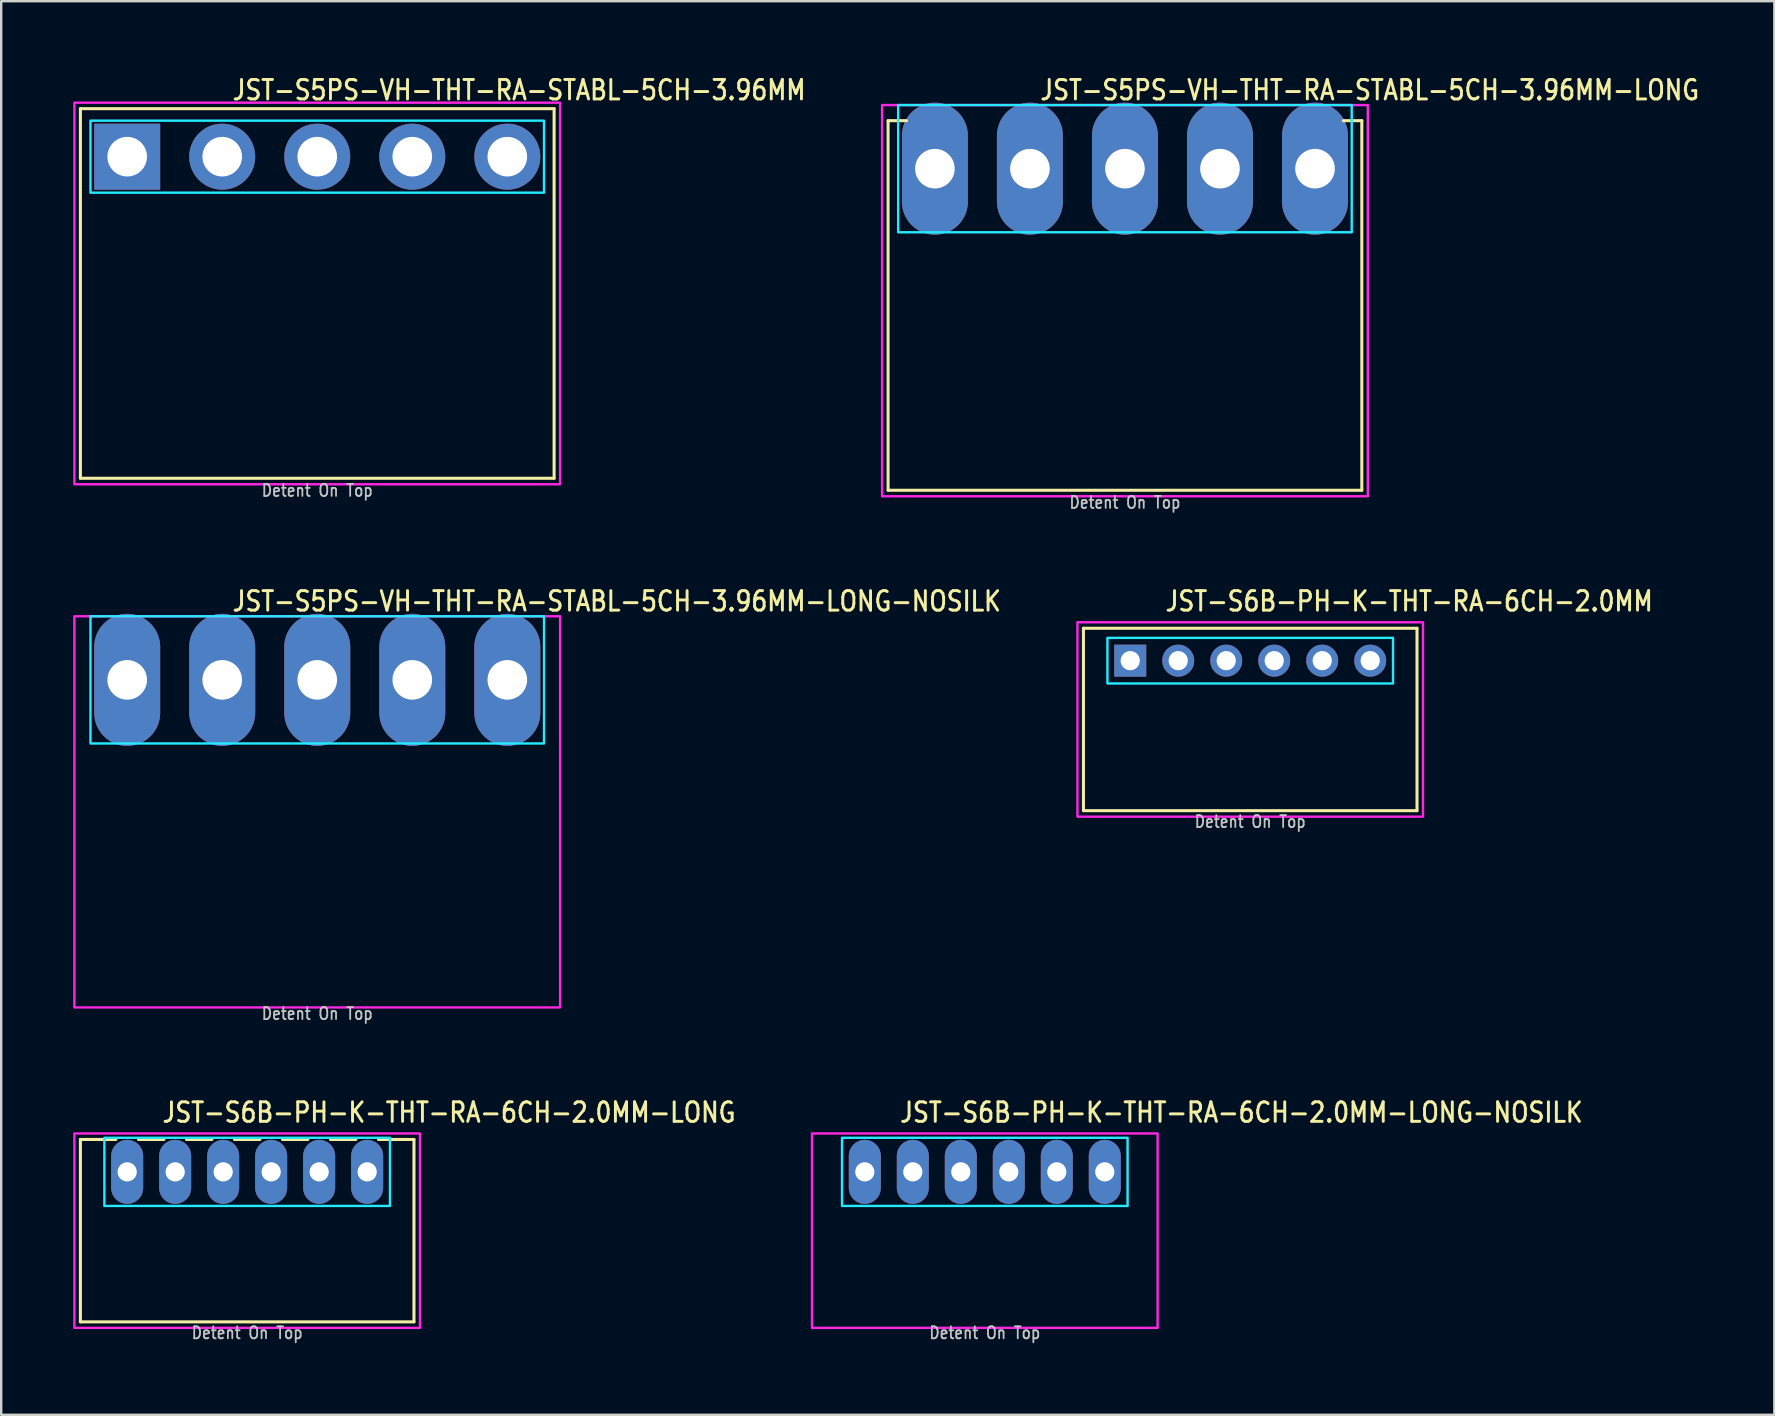
<source format=kicad_pcb>
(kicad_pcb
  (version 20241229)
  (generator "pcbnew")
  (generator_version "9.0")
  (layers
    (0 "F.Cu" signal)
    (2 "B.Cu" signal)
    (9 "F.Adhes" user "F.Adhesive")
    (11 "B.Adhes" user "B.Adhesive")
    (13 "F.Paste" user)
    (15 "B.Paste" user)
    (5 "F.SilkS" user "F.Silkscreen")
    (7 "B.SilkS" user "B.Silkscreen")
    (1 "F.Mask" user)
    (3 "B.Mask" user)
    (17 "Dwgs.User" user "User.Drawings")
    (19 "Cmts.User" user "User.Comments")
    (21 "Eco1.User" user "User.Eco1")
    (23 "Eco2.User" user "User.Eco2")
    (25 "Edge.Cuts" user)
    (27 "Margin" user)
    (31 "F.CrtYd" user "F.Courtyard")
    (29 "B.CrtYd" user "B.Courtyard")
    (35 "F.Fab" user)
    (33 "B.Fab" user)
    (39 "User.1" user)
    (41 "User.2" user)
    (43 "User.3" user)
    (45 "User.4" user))
  (footprint "JST-S6B-PH-K-THT-RA-6CH-2.0MM-LONG"
    (layer "F.Cu")
    (at 7.25 45.782)
    (property "Reference" "JST-S6B-PH-K-THT-RA-6CH-2.0MM-LONG" (at -3.6 -2 0) (unlocked yes) (layer "F.SilkS") (effects (font (size 0.813 0.695) (thickness 0.122)) (justify left bottom)))
    (fp_line (start -6.95 -1.35) (end -5.471 -1.35) (stroke (width 0.127) (type solid)) (layer "F.SilkS"))
    (fp_line (start -6.95 6.25) (end -6.95 -1.35) (stroke (width 0.127) (type solid)) (layer "F.SilkS"))
    (fp_line (start -6.95 6.25) (end 6.95 6.25) (stroke (width 0.127) (type solid)) (layer "F.SilkS"))
    (fp_line (start -4.529 -1.35) (end -3.471 -1.35) (stroke (width 0.127) (type solid)) (layer "F.SilkS"))
    (fp_line (start -2.529 -1.35) (end -1.471 -1.35) (stroke (width 0.127) (type solid)) (layer "F.SilkS"))
    (fp_line (start -0.529 -1.35) (end 0.529 -1.35) (stroke (width 0.127) (type solid)) (layer "F.SilkS"))
    (fp_line (start 1.471 -1.35) (end 2.529 -1.35) (stroke (width 0.127) (type solid)) (layer "F.SilkS"))
    (fp_line (start 3.471 -1.35) (end 4.529 -1.35) (stroke (width 0.127) (type solid)) (layer "F.SilkS"))
    (fp_line (start 5.471 -1.35) (end 6.95 -1.35) (stroke (width 0.127) (type solid)) (layer "F.SilkS"))
    (fp_line (start 6.95 -1.35) (end 6.95 6.25) (stroke (width 0.127) (type solid)) (layer "F.SilkS"))
    (fp_poly (pts (xy -5.95 -1.42) (xy -5.95 1.42) (xy 5.95 1.42) (xy 5.95 -1.42)) (stroke (width 0.1) (type solid)) (fill no) (layer "B.CrtYd"))
    (fp_poly (pts (xy -7.2 -1.6) (xy -7.2 6.5) (xy 7.2 6.5) (xy 7.2 -1.6)) (stroke (width 0.1) (type solid)) (fill no) (layer "F.CrtYd"))
    (fp_text user "Detent On Top" (at 0 7 0) (unlocked yes) (layer "Dwgs.User") (effects (font (size 0.5 0.427) (thickness 0.075)) (justify bottom)))
    (pad "P$1" thru_hole oval (at -5 0 90) (size 2.667 1.333) (drill 0.8) (layers "*.Cu" "*.Mask"))
    (pad "P$2" thru_hole oval (at -3 0 90) (size 2.667 1.333) (drill 0.8) (layers "*.Cu" "*.Mask"))
    (pad "P$3" thru_hole oval (at -1 0 90) (size 2.667 1.333) (drill 0.8) (layers "*.Cu" "*.Mask"))
    (pad "P$4" thru_hole oval (at 1 0 90) (size 2.667 1.333) (drill 0.8) (layers "*.Cu" "*.Mask"))
    (pad "P$5" thru_hole oval (at 3 0 90) (size 2.667 1.333) (drill 0.8) (layers "*.Cu" "*.Mask"))
    (pad "P$6" thru_hole oval (at 5 0 90) (size 2.667 1.333) (drill 0.8) (layers "*.Cu" "*.Mask")))
  (footprint "JST-S5PS-VH-THT-RA-STABL-5CH-3.96MM-LONG-NOSILK"
    (layer "F.Cu")
    (at 10.17 25.28)
    (property "Reference" "JST-S5PS-VH-THT-RA-STABL-5CH-3.96MM-LONG-NOSILK" (at -3.6 -2.8 0) (unlocked yes) (layer "F.SilkS") (effects (font (size 0.813 0.695) (thickness 0.122)) (justify left bottom)))
    (fp_poly (pts (xy -9.45 -2.65) (xy -9.45 2.65) (xy 9.45 2.65) (xy 9.45 -2.65)) (stroke (width 0.1) (type solid)) (fill no) (layer "B.CrtYd"))
    (fp_poly (pts (xy -10.12 -2.65) (xy -10.12 13.65) (xy 10.12 13.65) (xy 10.12 -2.65)) (stroke (width 0.1) (type solid)) (fill no) (layer "F.CrtYd"))
    (fp_text user "Detent On Top" (at 0 14.2 0) (unlocked yes) (layer "Dwgs.User") (effects (font (size 0.5 0.427) (thickness 0.075)) (justify bottom)))
    (pad "P$1" thru_hole oval (at -7.92 0 90) (size 5.5 2.75) (drill 1.65) (layers "*.Cu" "*.Mask"))
    (pad "P$2" thru_hole oval (at -3.96 0 90) (size 5.5 2.75) (drill 1.65) (layers "*.Cu" "*.Mask"))
    (pad "P$3" thru_hole oval (at 0 0 90) (size 5.5 2.75) (drill 1.65) (layers "*.Cu" "*.Mask"))
    (pad "P$4" thru_hole oval (at 3.96 0 90) (size 5.5 2.75) (drill 1.65) (layers "*.Cu" "*.Mask"))
    (pad "P$5" thru_hole oval (at 7.92 0 90) (size 5.5 2.75) (drill 1.65) (layers "*.Cu" "*.Mask")))
  (footprint "JST-S6B-PH-K-THT-RA-6CH-2.0MM-LONG-NOSILK"
    (layer "F.Cu")
    (at 37.987 45.782)
    (property "Reference" "JST-S6B-PH-K-THT-RA-6CH-2.0MM-LONG-NOSILK" (at -3.6 -2 0) (unlocked yes) (layer "F.SilkS") (effects (font (size 0.813 0.695) (thickness 0.122)) (justify left bottom)))
    (fp_poly (pts (xy -5.95 -1.42) (xy -5.95 1.42) (xy 5.95 1.42) (xy 5.95 -1.42)) (stroke (width 0.1) (type solid)) (fill no) (layer "B.CrtYd"))
    (fp_poly (pts (xy -7.2 -1.6) (xy -7.2 6.5) (xy 7.2 6.5) (xy 7.2 -1.6)) (stroke (width 0.1) (type solid)) (fill no) (layer "F.CrtYd"))
    (fp_text user "Detent On Top" (at 0 7 0) (unlocked yes) (layer "Dwgs.User") (effects (font (size 0.5 0.427) (thickness 0.075)) (justify bottom)))
    (pad "P$1" thru_hole oval (at -5 0 90) (size 2.667 1.333) (drill 0.8) (layers "*.Cu" "*.Mask"))
    (pad "P$2" thru_hole oval (at -3 0 90) (size 2.667 1.333) (drill 0.8) (layers "*.Cu" "*.Mask"))
    (pad "P$3" thru_hole oval (at -1 0 90) (size 2.667 1.333) (drill 0.8) (layers "*.Cu" "*.Mask"))
    (pad "P$4" thru_hole oval (at 1 0 90) (size 2.667 1.333) (drill 0.8) (layers "*.Cu" "*.Mask"))
    (pad "P$5" thru_hole oval (at 3 0 90) (size 2.667 1.333) (drill 0.8) (layers "*.Cu" "*.Mask"))
    (pad "P$6" thru_hole oval (at 5 0 90) (size 2.667 1.333) (drill 0.8) (layers "*.Cu" "*.Mask")))
  (footprint "JST-S5PS-VH-THT-RA-STABL-5CH-3.96MM"
    (layer "F.Cu")
    (at 10.17 3.479)
    (property "Reference" "JST-S5PS-VH-THT-RA-STABL-5CH-3.96MM" (at -3.6 -2.3 0) (unlocked yes) (layer "F.SilkS") (effects (font (size 0.813 0.695) (thickness 0.122)) (justify left bottom)))
    (fp_line (start -9.87 -2) (end 9.87 -2) (stroke (width 0.127) (type solid)) (layer "F.SilkS"))
    (fp_line (start -9.87 13.4) (end -9.87 -2) (stroke (width 0.127) (type solid)) (layer "F.SilkS"))
    (fp_line (start -9.87 13.4) (end 9.87 13.4) (stroke (width 0.127) (type solid)) (layer "F.SilkS"))
    (fp_line (start 9.87 -2) (end 9.87 13.4) (stroke (width 0.127) (type solid)) (layer "F.SilkS"))
    (fp_poly (pts (xy -9.45 -1.5) (xy -9.45 1.5) (xy 9.45 1.5) (xy 9.45 -1.5)) (stroke (width 0.1) (type solid)) (fill no) (layer "B.CrtYd"))
    (fp_poly (pts (xy -10.12 13.65) (xy 10.12 13.65) (xy 10.12 -2.25) (xy -10.12 -2.25)) (stroke (width 0.1) (type solid)) (fill no) (layer "F.CrtYd"))
    (fp_text user "Detent On Top" (at 0 14.2 0) (unlocked yes) (layer "Dwgs.User") (effects (font (size 0.5 0.427) (thickness 0.075)) (justify bottom)))
    (pad "P$1" thru_hole rect (at -7.92 0) (size 2.75 2.75) (drill 1.65) (layers "*.Cu" "*.Mask"))
    (pad "P$2" thru_hole oval (at -3.96 0) (size 2.75 2.75) (drill 1.65) (layers "*.Cu" "*.Mask"))
    (pad "P$3" thru_hole oval (at 0 0) (size 2.75 2.75) (drill 1.65) (layers "*.Cu" "*.Mask"))
    (pad "P$4" thru_hole oval (at 3.96 0) (size 2.75 2.75) (drill 1.65) (layers "*.Cu" "*.Mask"))
    (pad "P$5" thru_hole oval (at 7.92 0) (size 2.75 2.75) (drill 1.65) (layers "*.Cu" "*.Mask")))
  (footprint "JST-S6B-PH-K-THT-RA-6CH-2.0MM"
    (layer "F.Cu")
    (at 49.047 24.48)
    (property "Reference" "JST-S6B-PH-K-THT-RA-6CH-2.0MM" (at -3.6 -2 0) (unlocked yes) (layer "F.SilkS") (effects (font (size 0.813 0.695) (thickness 0.122)) (justify left bottom)))
    (fp_line (start -6.95 -1.35) (end 6.95 -1.35) (stroke (width 0.127) (type solid)) (layer "F.SilkS"))
    (fp_line (start -6.95 6.25) (end -6.95 -1.35) (stroke (width 0.127) (type solid)) (layer "F.SilkS"))
    (fp_line (start -6.95 6.25) (end 6.95 6.25) (stroke (width 0.127) (type solid)) (layer "F.SilkS"))
    (fp_line (start 6.95 -1.35) (end 6.95 6.25) (stroke (width 0.127) (type solid)) (layer "F.SilkS"))
    (fp_poly (pts (xy -5.95 -0.95) (xy -5.95 0.95) (xy 5.95 0.95) (xy 5.95 -0.95)) (stroke (width 0.1) (type solid)) (fill no) (layer "B.CrtYd"))
    (fp_poly (pts (xy -7.2 -1.6) (xy -7.2 6.5) (xy 7.2 6.5) (xy 7.2 -1.6)) (stroke (width 0.1) (type solid)) (fill no) (layer "F.CrtYd"))
    (fp_text user "Detent On Top" (at 0 7 0) (unlocked yes) (layer "Dwgs.User") (effects (font (size 0.5 0.427) (thickness 0.075)) (justify bottom)))
    (pad "P$1" thru_hole rect (at -5 0) (size 1.333 1.333) (drill 0.8) (layers "*.Cu" "*.Mask"))
    (pad "P$2" thru_hole oval (at -3 0) (size 1.333 1.333) (drill 0.8) (layers "*.Cu" "*.Mask"))
    (pad "P$3" thru_hole oval (at -1 0) (size 1.333 1.333) (drill 0.8) (layers "*.Cu" "*.Mask"))
    (pad "P$4" thru_hole oval (at 1 0) (size 1.333 1.333) (drill 0.8) (layers "*.Cu" "*.Mask"))
    (pad "P$5" thru_hole oval (at 3 0) (size 1.333 1.333) (drill 0.8) (layers "*.Cu" "*.Mask"))
    (pad "P$6" thru_hole oval (at 5 0) (size 1.333 1.333) (drill 0.8) (layers "*.Cu" "*.Mask")))
  (footprint "JST-S5PS-VH-THT-RA-STABL-5CH-3.96MM-LONG"
    (layer "F.Cu")
    (at 43.827 3.979)
    (property "Reference" "JST-S5PS-VH-THT-RA-STABL-5CH-3.96MM-LONG" (at -3.6 -2.8 0) (unlocked yes) (layer "F.SilkS") (effects (font (size 0.813 0.695) (thickness 0.122)) (justify left bottom)))
    (fp_line (start -9.87 -2) (end -9.1 -2) (stroke (width 0.127) (type solid)) (layer "F.SilkS"))
    (fp_line (start -9.87 13.4) (end -9.87 -2) (stroke (width 0.127) (type solid)) (layer "F.SilkS"))
    (fp_line (start -9.87 13.4) (end 9.87 13.4) (stroke (width 0.127) (type solid)) (layer "F.SilkS"))
    (fp_line (start 9.87 -2) (end 9.1 -2) (stroke (width 0.127) (type solid)) (layer "F.SilkS"))
    (fp_line (start 9.87 -2) (end 9.87 13.4) (stroke (width 0.127) (type solid)) (layer "F.SilkS"))
    (fp_poly (pts (xy -9.45 -2.65) (xy -9.45 2.65) (xy 9.45 2.65) (xy 9.45 -2.65)) (stroke (width 0.1) (type solid)) (fill no) (layer "B.CrtYd"))
    (fp_poly (pts (xy -10.12 -2.65) (xy -10.12 13.65) (xy 10.12 13.65) (xy 10.12 -2.65)) (stroke (width 0.1) (type solid)) (fill no) (layer "F.CrtYd"))
    (fp_text user "Detent On Top" (at 0 14.2 0) (unlocked yes) (layer "Dwgs.User") (effects (font (size 0.5 0.427) (thickness 0.075)) (justify bottom)))
    (pad "P$1" thru_hole oval (at -7.92 0 90) (size 5.5 2.75) (drill 1.65) (layers "*.Cu" "*.Mask"))
    (pad "P$2" thru_hole oval (at -3.96 0 90) (size 5.5 2.75) (drill 1.65) (layers "*.Cu" "*.Mask"))
    (pad "P$3" thru_hole oval (at 0 0 90) (size 5.5 2.75) (drill 1.65) (layers "*.Cu" "*.Mask"))
    (pad "P$4" thru_hole oval (at 3.96 0 90) (size 5.5 2.75) (drill 1.65) (layers "*.Cu" "*.Mask"))
    (pad "P$5" thru_hole oval (at 7.92 0 90) (size 5.5 2.75) (drill 1.65) (layers "*.Cu" "*.Mask")))
  (gr_rect
    (start -3 -3)
    (end 70.887 55.905)
    (stroke (width 0.1) (type default))
    (fill no)
    (layer "Edge.Cuts")))
</source>
